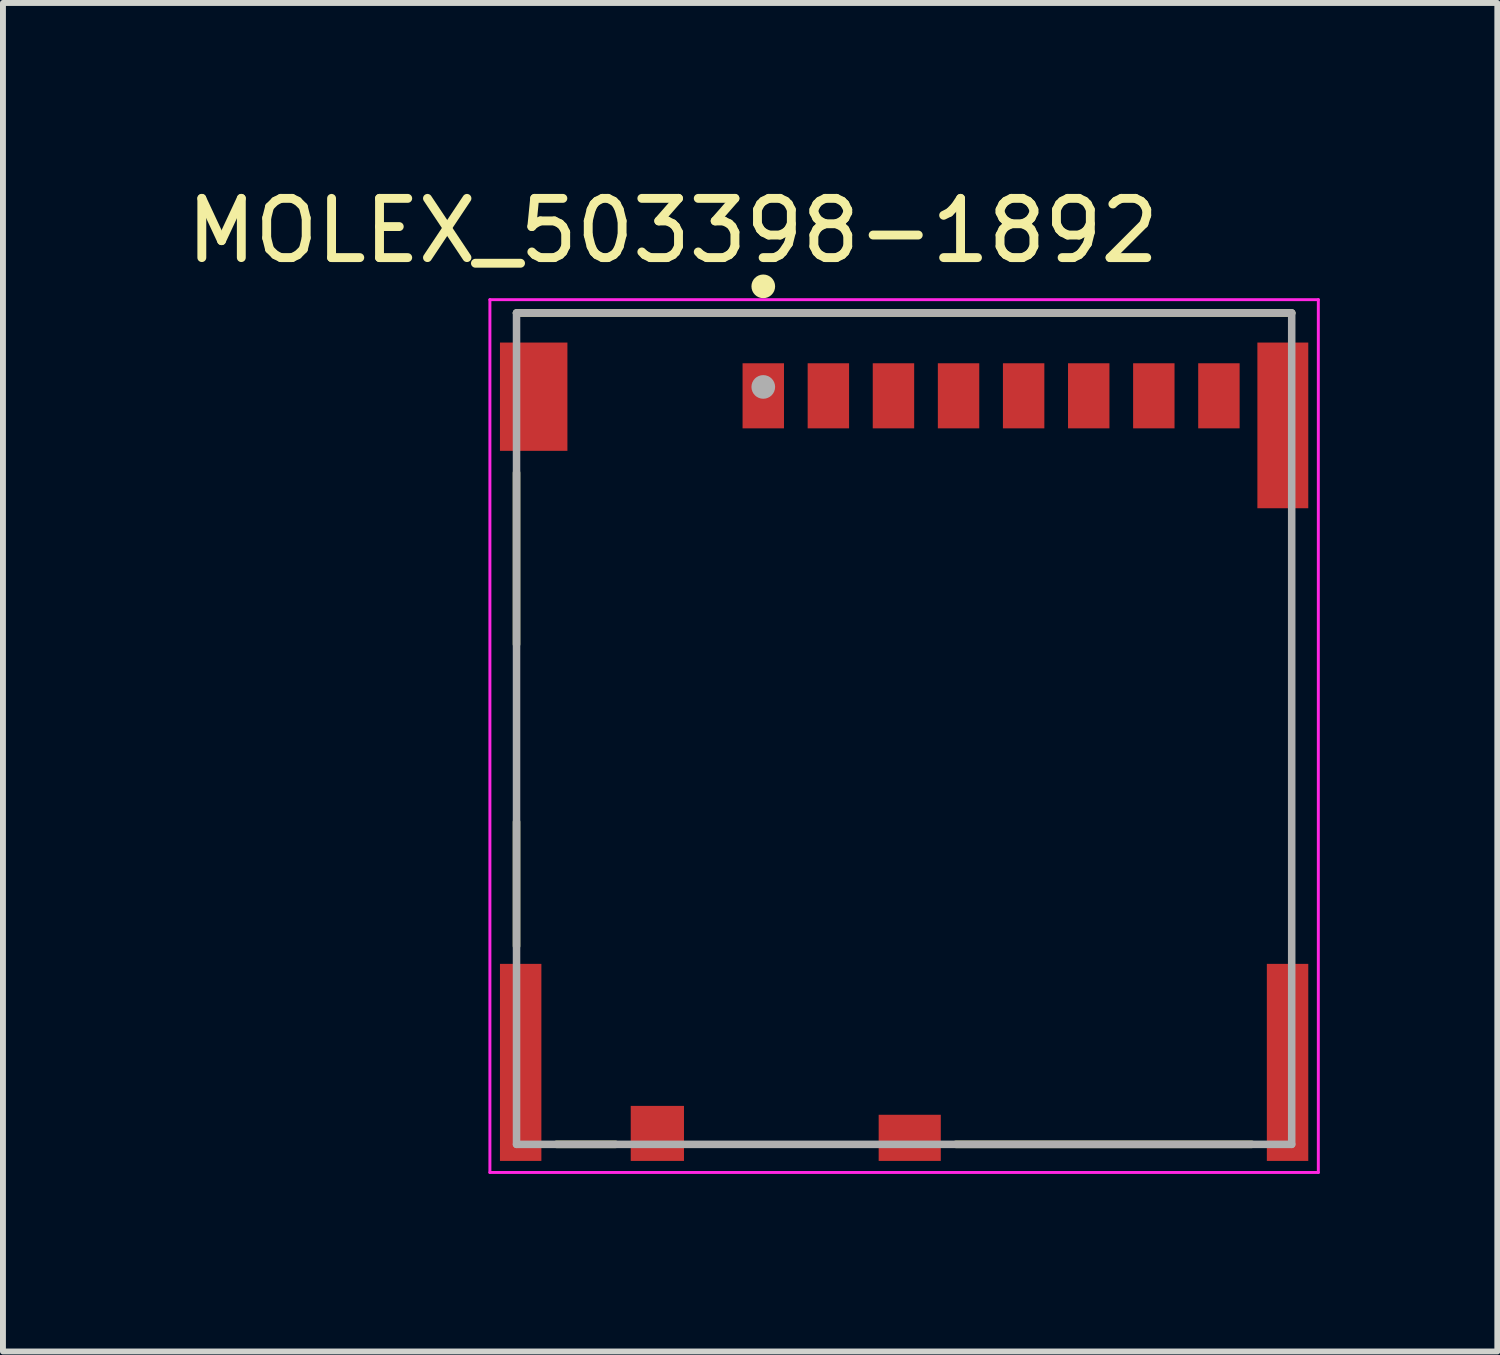
<source format=kicad_pcb>
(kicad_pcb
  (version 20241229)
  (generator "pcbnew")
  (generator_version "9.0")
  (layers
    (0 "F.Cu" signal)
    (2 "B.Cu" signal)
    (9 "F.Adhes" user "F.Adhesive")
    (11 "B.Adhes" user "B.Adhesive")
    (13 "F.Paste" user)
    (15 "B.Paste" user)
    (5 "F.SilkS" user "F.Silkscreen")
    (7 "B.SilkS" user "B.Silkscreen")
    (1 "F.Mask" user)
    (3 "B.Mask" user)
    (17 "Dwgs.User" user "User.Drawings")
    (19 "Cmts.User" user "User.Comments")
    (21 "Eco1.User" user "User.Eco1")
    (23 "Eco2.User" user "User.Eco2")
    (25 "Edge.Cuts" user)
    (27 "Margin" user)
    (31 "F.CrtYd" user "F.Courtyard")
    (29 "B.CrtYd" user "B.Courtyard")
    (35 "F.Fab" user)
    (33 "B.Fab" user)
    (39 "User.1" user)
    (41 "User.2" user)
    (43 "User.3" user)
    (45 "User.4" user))
  (footprint "MOLEX_503398-1892"
    (layer "F.Cu")
    (at 12.229 9.264)
    (property "Reference" "MOLEX_503398-1892" (at -3.908 -8.416 0) (layer "F.SilkS") (effects (font (size 1.001 1.001) (thickness 0.15))))
    (attr through_hole)
    (fp_line (start -6.55 -7.025) (end 6.55 -7.025) (stroke (width 0.127) (type solid)) (layer "F.SilkS"))
    (fp_line (start -6.55 -4.325) (end -6.55 -1.425) (stroke (width 0.127) (type solid)) (layer "F.SilkS"))
    (fp_line (start -6.55 1.575) (end -6.55 3.675) (stroke (width 0.127) (type solid)) (layer "F.SilkS"))
    (fp_line (start -5.876 7.025) (end -4.874 7.025) (stroke (width 0.127) (type solid)) (layer "F.SilkS"))
    (fp_line (start 0.874 7.025) (end 5.876 7.025) (stroke (width 0.127) (type solid)) (layer "F.SilkS"))
    (fp_circle (center -2.38 -7.475) (end -2.28 -7.475) (stroke (width 0.2) (type solid)) (fill no) (layer "F.SilkS"))
    (fp_line (start -7 -7.25) (end 7 -7.25) (stroke (width 0.05) (type solid)) (layer "F.CrtYd"))
    (fp_line (start -7 7.5) (end -7 -7.25) (stroke (width 0.05) (type solid)) (layer "F.CrtYd"))
    (fp_line (start 7 -7.25) (end 7 7.5) (stroke (width 0.05) (type solid)) (layer "F.CrtYd"))
    (fp_line (start 7 7.5) (end -7 7.5) (stroke (width 0.05) (type solid)) (layer "F.CrtYd"))
    (fp_line (start -6.55 -7.025) (end 6.55 -7.025) (stroke (width 0.127) (type solid)) (layer "F.Fab"))
    (fp_line (start -6.55 7.025) (end -6.55 -7.025) (stroke (width 0.127) (type solid)) (layer "F.Fab"))
    (fp_line (start 6.55 -7.025) (end 6.55 7.025) (stroke (width 0.127) (type solid)) (layer "F.Fab"))
    (fp_line (start 6.55 7.025) (end -6.55 7.025) (stroke (width 0.127) (type solid)) (layer "F.Fab"))
    (fp_circle (center -2.38 -5.775) (end -2.28 -5.775) (stroke (width 0.2) (type solid)) (fill no) (layer "F.Fab"))
    (pad "1" smd rect (at -2.38 -5.625) (size 0.7 1.1) (layers "F.Cu" "F.Mask" "F.Paste"))
    (pad "2" smd rect (at -1.28 -5.625) (size 0.7 1.1) (layers "F.Cu" "F.Mask" "F.Paste"))
    (pad "3" smd rect (at -0.18 -5.625) (size 0.7 1.1) (layers "F.Cu" "F.Mask" "F.Paste"))
    (pad "4" smd rect (at 0.92 -5.625) (size 0.7 1.1) (layers "F.Cu" "F.Mask" "F.Paste"))
    (pad "5" smd rect (at 2.02 -5.625) (size 0.7 1.1) (layers "F.Cu" "F.Mask" "F.Paste"))
    (pad "6" smd rect (at -4.17 6.84) (size 0.9 0.93) (layers "F.Cu" "F.Mask" "F.Paste"))
    (pad "6" smd rect (at 3.12 -5.625) (size 0.7 1.1) (layers "F.Cu" "F.Mask" "F.Paste"))
    (pad "7" smd rect (at 4.22 -5.625) (size 0.7 1.1) (layers "F.Cu" "F.Mask" "F.Paste"))
    (pad "8" smd rect (at 5.32 -5.625) (size 0.7 1.1) (layers "F.Cu" "F.Mask" "F.Paste"))
    (pad "9" smd rect (at 0.095 6.915) (size 1.05 0.78) (layers "F.Cu" "F.Mask" "F.Paste"))
    (pad "11" smd rect (at -6.48 5.64) (size 0.7 3.33) (layers "F.Cu" "F.Mask" "F.Paste"))
    (pad "11" smd rect (at -6.26 -5.61) (size 1.14 1.83) (layers "F.Cu" "F.Mask" "F.Paste"))
    (pad "11" smd rect (at 6.4 -5.125) (size 0.86 2.8) (layers "F.Cu" "F.Mask" "F.Paste"))
    (pad "11" smd rect (at 6.48 5.64) (size 0.7 3.33) (layers "F.Cu" "F.Mask" "F.Paste"))
    (zone (net_name "") (layer "F.Cu") (hatch full 0.508) (connect_pads) (min_thickness 0.01) (filled_areas_thickness no) (keepout (tracks not_allowed) (vias not_allowed) (pads not_allowed) (copperpour not_allowed) (footprints allowed)) (placement (enabled no)) (fill) (polygon (pts (xy 5.392 8.139) (xy 6.099 8.139) (xy 6.099 10.541) (xy 5.392 10.541))))
    (zone (net_name "") (layer "F.Cu") (hatch full 0.508) (connect_pads) (min_thickness 0.01) (filled_areas_thickness no) (keepout (tracks not_allowed) (vias not_allowed) (pads not_allowed) (copperpour not_allowed) (footprints allowed)) (placement (enabled no)) (fill) (polygon (pts (xy 6.983 13.839) (xy 7.544 13.839) (xy 7.544 16.003) (xy 6.983 16.003))))
    (zone (net_name "") (layer "F.Cu") (hatch full 0.508) (connect_pads) (min_thickness 0.01) (filled_areas_thickness no) (keepout (tracks not_allowed) (vias not_allowed) (pads not_allowed) (copperpour not_allowed) (footprints allowed)) (placement (enabled no)) (fill) (polygon (pts (xy 9.006 15.639) (xy 9.559 15.639) (xy 9.559 16.195) (xy 9.006 16.195))))
    (zone (net_name "") (layer "F.Cu") (hatch full 0.508) (connect_pads) (min_thickness 0.0001) (filled_areas_thickness no) (keepout (tracks not_allowed) (vias not_allowed) (pads not_allowed) (copperpour not_allowed) (footprints allowed)) (placement (enabled no)) (fill) (polygon (pts (xy 9.059 5.539) (xy 9.059 10.539) (xy 8.409 10.539) (xy 8.409 13.139) (xy 12.799 13.139) (xy 12.799 14.389) (xy 10.499 14.389) (xy 10.499 16.569) (xy 11.799 16.569) (xy 11.799 15.789) (xy 18.359 15.789) (xy 18.359 13.239) (xy 19.059 13.239) (xy 19.059 5.539))))
    (zone (net_name "") (layers "F.Cu" "B.Cu") (hatch full 0.508) (connect_pads) (min_thickness 0.01) (filled_areas_thickness no) (keepout (tracks allowed) (vias not_allowed) (pads allowed) (copperpour allowed) (footprints allowed)) (placement (enabled no)) (fill) (polygon (pts (xy 5.387 8.139) (xy 6.099 8.139) (xy 6.099 10.542) (xy 5.387 10.542))))
    (zone (net_name "") (layers "F.Cu" "B.Cu") (hatch full 0.508) (connect_pads) (min_thickness 0.01) (filled_areas_thickness no) (keepout (tracks allowed) (vias not_allowed) (pads allowed) (copperpour allowed) (footprints allowed)) (placement (enabled no)) (fill) (polygon (pts (xy 6.99 13.839) (xy 7.544 13.839) (xy 7.544 15.994) (xy 6.99 15.994))))
    (zone (net_name "") (layers "F.Cu" "B.Cu") (hatch full 0.508) (connect_pads) (min_thickness 0.01) (filled_areas_thickness no) (keepout (tracks allowed) (vias not_allowed) (pads allowed) (copperpour allowed) (footprints allowed)) (placement (enabled no)) (fill) (polygon (pts (xy 9.003 15.639) (xy 9.559 15.639) (xy 9.559 16.201) (xy 9.003 16.201))))
    (zone (net_name "") (layers "F.Cu" "B.Cu") (hatch full 0.508) (connect_pads) (min_thickness 0.0001) (filled_areas_thickness no) (keepout (tracks allowed) (vias not_allowed) (pads allowed) (copperpour allowed) (footprints allowed)) (placement (enabled no)) (fill) (polygon (pts (xy 9.059 5.539) (xy 9.059 10.539) (xy 8.409 10.539) (xy 8.409 13.139) (xy 12.799 13.139) (xy 12.799 14.389) (xy 10.499 14.389) (xy 10.499 16.569) (xy 11.799 16.569) (xy 11.799 15.789) (xy 18.359 15.789) (xy 18.359 13.239) (xy 19.059 13.239) (xy 19.059 5.539)))))
  (gr_rect
    (start -3 -3)
    (end 22.254 19.789)
    (stroke (width 0.1) (type default))
    (fill no)
    (layer "Edge.Cuts")))
</source>
